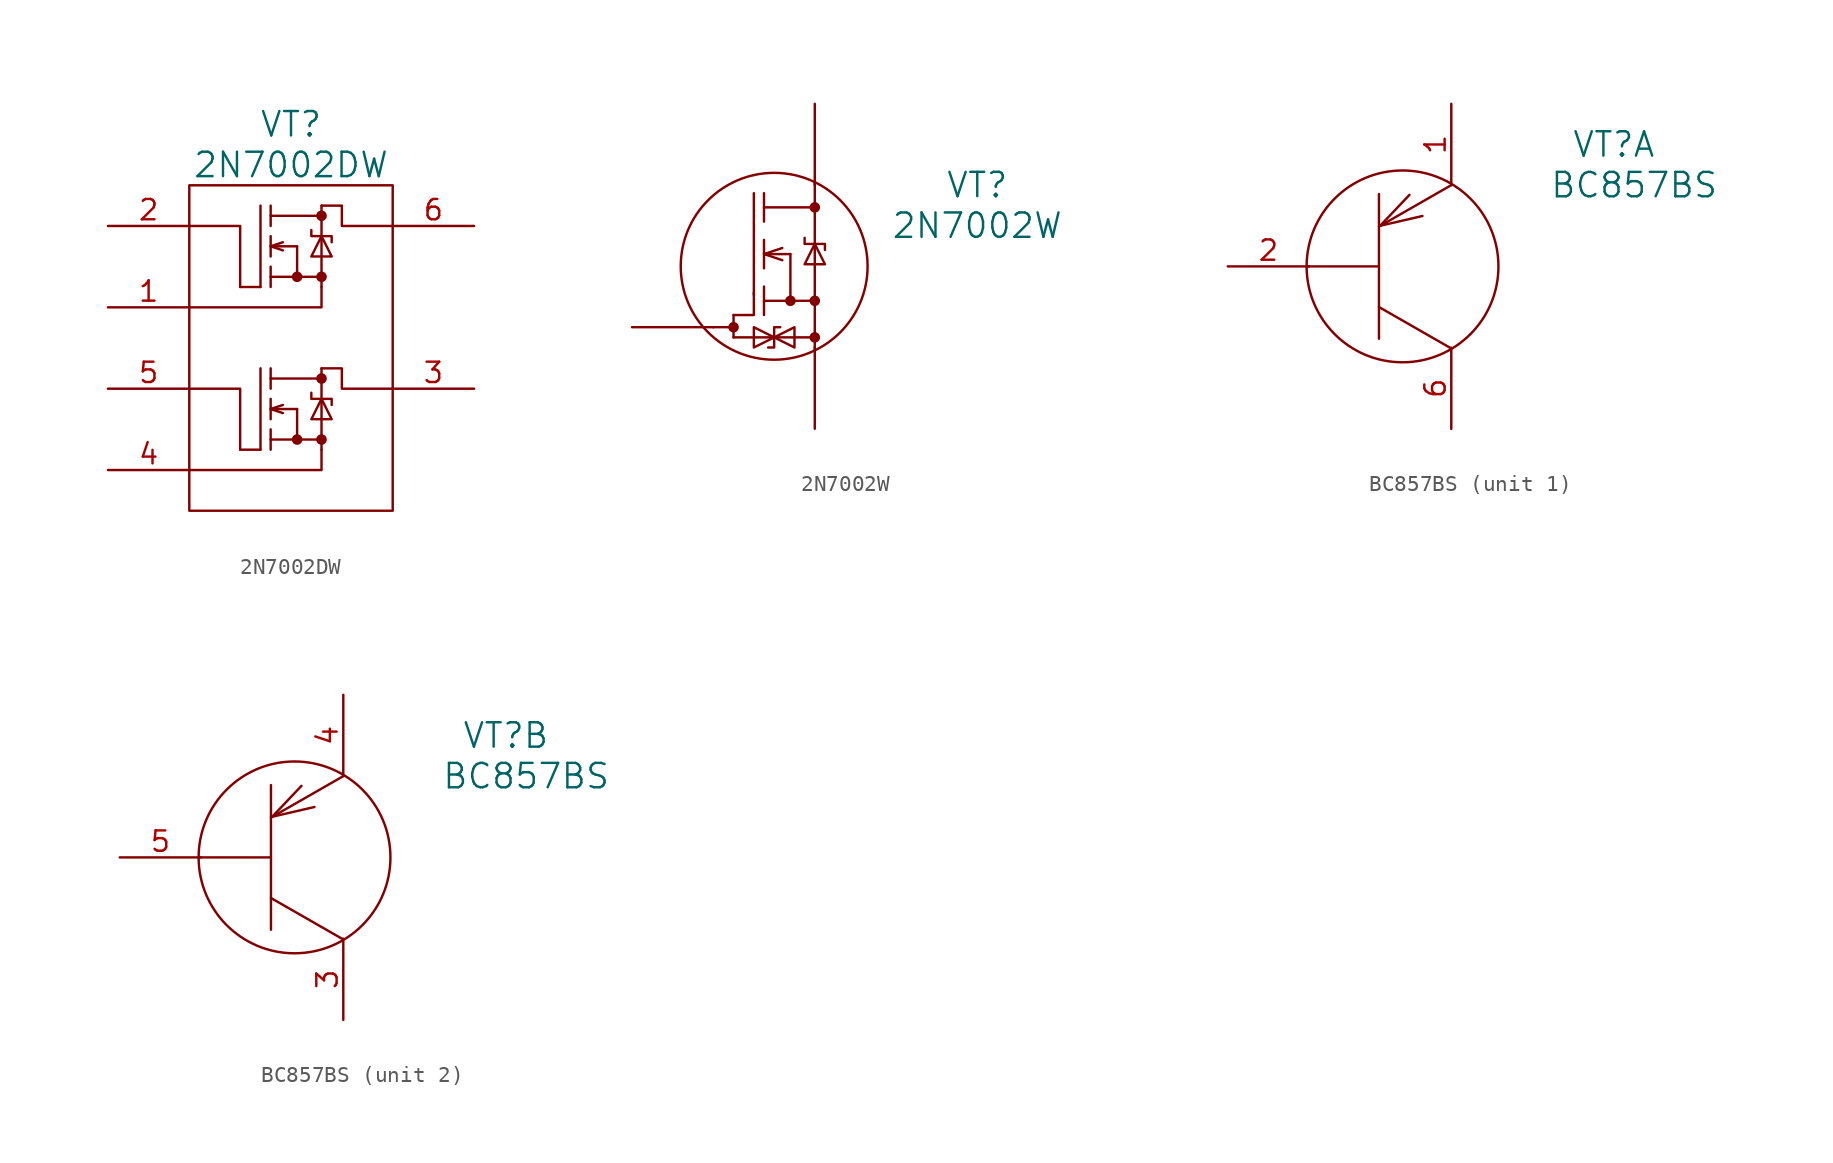
<source format=kicad_sym>
(kicad_symbol_lib
  (version 20220914)
  (generator kicad_symbol_editor)
  (symbol "2N7002DW"
    (pin_names
      (offset 1.016) hide)
    (property "Reference" "VT"
      (at 0 13.97 0)
      (effects (font (size 1.524 1.524))))
    (property "Value" "2N7002DW"
      (at 0 11.43 0)
      (effects (font (size 1.524 1.524))))
    (property "Datasheet" ""
      (at -11.43 7.62 0)
      (effects (font (size 1.524 1.524))))
    (symbol "2N7002DW_0_0"
      (rectangle (start -6.35 10.16) (end 6.35 -10.16) (stroke (width 0) (type solid)) (fill (type none)))
      (polyline (pts (xy -3.175 -6.35) (xy -1.905 -6.35)) (stroke (width 0) (type solid)) (fill (type none)))
      (polyline (pts (xy -3.175 3.81) (xy -1.905 3.81)) (stroke (width 0) (type solid)) (fill (type none)))
      (polyline (pts (xy -1.27 -1.905) (xy 1.905 -1.905)) (stroke (width 0) (type solid)) (fill (type none)))
      (polyline (pts (xy -1.27 8.255) (xy 1.905 8.255)) (stroke (width 0) (type solid)) (fill (type none)))
      (polyline (pts (xy 0.381 -3.81) (xy -1.27 -3.81)) (stroke (width 0) (type solid)) (fill (type none)))
      (polyline (pts (xy 0.381 -3.81) (xy 0.381 -5.715)) (stroke (width 0) (type solid)) (fill (type none)))
      (polyline (pts (xy 0.381 6.35) (xy -1.27 6.35)) (stroke (width 0) (type solid)) (fill (type none)))
      (polyline (pts (xy 0.381 6.35) (xy 0.381 4.445)) (stroke (width 0) (type solid)) (fill (type none)))
      (polyline (pts (xy 1.905 -1.27) (xy 1.905 -6.35)) (stroke (width 0) (type solid)) (fill (type none)))
      (polyline (pts (xy 1.905 8.89) (xy 1.905 3.81)) (stroke (width 0) (type solid)) (fill (type none)))
      (polyline (pts (xy -1.905 -6.35) (xy -1.905 -1.27) (xy -1.905 -1.27)) (stroke (width 0) (type solid)) (fill (type none)))
      (polyline (pts (xy -1.905 3.81) (xy -1.905 8.89) (xy -1.905 8.89)) (stroke (width 0) (type solid)) (fill (type none)))
      (polyline (pts (xy -1.27 -5.715) (xy 1.905 -5.715) (xy 1.905 -5.715)) (stroke (width 0) (type solid)) (fill (type none)))
      (polyline (pts (xy -1.27 -5.08) (xy -1.27 -6.35) (xy -1.27 -6.35)) (stroke (width 0) (type solid)) (fill (type none)))
      (polyline (pts (xy -1.27 -3.175) (xy -1.27 -4.445) (xy -1.27 -4.445)) (stroke (width 0) (type solid)) (fill (type none)))
      (polyline (pts (xy -1.27 -1.27) (xy -1.27 -2.54) (xy -1.27 -2.54)) (stroke (width 0) (type solid)) (fill (type none)))
      (polyline (pts (xy -1.27 4.445) (xy 1.905 4.445) (xy 1.905 4.445)) (stroke (width 0) (type solid)) (fill (type none)))
      (polyline (pts (xy -1.27 5.08) (xy -1.27 3.81) (xy -1.27 3.81)) (stroke (width 0) (type solid)) (fill (type none)))
      (polyline (pts (xy -1.27 6.985) (xy -1.27 5.715) (xy -1.27 5.715)) (stroke (width 0) (type solid)) (fill (type none)))
      (polyline (pts (xy -1.27 8.89) (xy -1.27 7.62) (xy -1.27 7.62)) (stroke (width 0) (type solid)) (fill (type none)))
      (polyline (pts (xy -0.508 -4.064) (xy -1.27 -3.81) (xy -0.508 -3.556)) (stroke (width 0) (type solid)) (fill (type none)))
      (polyline (pts (xy -0.508 6.096) (xy -1.27 6.35) (xy -0.508 6.604)) (stroke (width 0) (type solid)) (fill (type none)))
      (polyline (pts (xy 1.27 -2.794) (xy 1.27 -3.175) (xy 2.54 -3.175) (xy 2.54 -3.556)) (stroke (width 0) (type solid)) (fill (type none)))
      (polyline (pts (xy 1.27 7.366) (xy 1.27 6.985) (xy 2.54 6.985) (xy 2.54 6.604)) (stroke (width 0) (type solid)) (fill (type none)))
      (polyline (pts (xy 1.905 -3.175) (xy 1.27 -4.445) (xy 2.54 -4.445) (xy 1.905 -3.175)) (stroke (width 0) (type solid)) (fill (type none)))
      (polyline (pts (xy 1.905 -1.27) (xy 3.175 -1.27) (xy 3.175 -2.54) (xy 6.35 -2.54)) (stroke (width 0) (type solid)) (fill (type none)))
      (polyline (pts (xy 1.905 6.985) (xy 1.27 5.715) (xy 2.54 5.715) (xy 1.905 6.985)) (stroke (width 0) (type solid)) (fill (type none)))
      (polyline (pts (xy 1.905 8.89) (xy 3.175 8.89) (xy 3.175 7.62) (xy 6.35 7.62)) (stroke (width 0) (type solid)) (fill (type none)))
      (polyline (pts (xy -6.35 -2.54) (xy -3.175 -2.54) (xy -3.175 -6.35) (xy -3.175 -5.08) (xy -3.175 -6.35)) (stroke (width 0) (type solid)) (fill (type none)))
      (polyline (pts (xy -6.35 7.62) (xy -3.175 7.62) (xy -3.175 3.81) (xy -3.175 5.08) (xy -3.175 3.81)) (stroke (width 0) (type solid)) (fill (type none)))
      (pin passive line (at -11.43 2.54 0) (length 5.08) (name "S1" (effects (font (size 1.27 1.27)))) (number "1" (effects (font (size 1.27 1.27)))))
      (pin passive line (at 11.43 -2.54 180) (length 5.08) (name "D2" (effects (font (size 1.27 1.27)))) (number "3" (effects (font (size 1.27 1.27)))))
      (pin passive line (at -11.43 -7.62 0) (length 5.08) (name "S2" (effects (font (size 1.27 1.27)))) (number "4" (effects (font (size 1.27 1.27)))))
      (pin passive line (at -11.43 -2.54 0) (length 5.08) (name "G2" (effects (font (size 1.27 1.27)))) (number "5" (effects (font (size 1.27 1.27)))))
      (pin passive line (at 11.43 7.62 180) (length 5.08) (name "D1" (effects (font (size 1.27 1.27)))) (number "6" (effects (font (size 1.27 1.27))))))
    (symbol "2N7002DW_0_1"
      (polyline (pts (xy 1.905 -6.35) (xy 1.905 -7.62) (xy -6.35 -7.62)) (stroke (width 0) (type solid)) (fill (type none)))
      (polyline (pts (xy 1.905 3.81) (xy 1.905 2.54) (xy -6.35 2.54)) (stroke (width 0) (type solid)) (fill (type none)))
      (circle (center 0.381 -5.715) (radius 0.254) (stroke (width 0) (type solid)) (fill (type outline)))
      (circle (center 0.381 4.445) (radius 0.254) (stroke (width 0) (type solid)) (fill (type outline)))
      (circle (center 1.905 -5.715) (radius 0.254) (stroke (width 0) (type solid)) (fill (type outline)))
      (circle (center 1.905 -1.905) (radius 0.254) (stroke (width 0) (type solid)) (fill (type outline)))
      (circle (center 1.905 4.445) (radius 0.254) (stroke (width 0) (type solid)) (fill (type outline)))
      (circle (center 1.905 8.255) (radius 0.254) (stroke (width 0) (type solid)) (fill (type outline))))
    (symbol "2N7002DW_1_0"
      (pin passive line (at -11.43 7.62 0) (length 5.08) (name "G1" (effects (font (size 1.27 1.27)))) (number "2" (effects (font (size 1.27 1.27)))))))
  (symbol "2N7002W"
    (pin_numbers hide)
    (pin_names
      (offset 1.016) hide)
    (property "Reference" "VT"
      (at 12.7 5.08 0)
      (effects (font (size 1.524 1.524))))
    (property "Value" "2N7002W"
      (at 12.7 2.54 0)
      (effects (font (size 1.524 1.524))))
    (property "Datasheet" ""
      (at -8.89 -3.81 0)
      (effects (font (size 1.524 1.524))))
    (symbol "2N7002W_0_1"
      (polyline (pts (xy -2.54 -4.445) (xy -2.54 -3.048)) (stroke (width 0) (type solid)) (fill (type none)))
      (polyline (pts (xy -2.54 -4.445) (xy 2.54 -4.445)) (stroke (width 0) (type solid)) (fill (type none)))
      (polyline (pts (xy -2.54 -3.81) (xy -3.81 -3.81)) (stroke (width 0) (type solid)) (fill (type none)))
      (polyline (pts (xy -0.635 1.651) (xy -0.635 -0.127)) (stroke (width 0) (type solid)) (fill (type none)))
      (polyline (pts (xy -0.635 3.683) (xy 2.54 3.683)) (stroke (width 0) (type solid)) (fill (type none)))
      (polyline (pts (xy 1.016 -2.159) (xy 1.016 0.762)) (stroke (width 0) (type solid)) (fill (type none)))
      (polyline (pts (xy 1.016 0.762) (xy -0.635 0.762)) (stroke (width 0) (type solid)) (fill (type none)))
      (polyline (pts (xy 2.54 5.207) (xy 2.54 -5.207)) (stroke (width 0) (type solid)) (fill (type none)))
      (polyline (pts (xy -2.54 -3.048) (xy -1.27 -3.048) (xy -1.27 -1.651)) (stroke (width 0) (type solid)) (fill (type none)))
      (polyline (pts (xy -1.27 4.572) (xy -1.27 -1.778) (xy -1.27 -1.778)) (stroke (width 0) (type solid)) (fill (type none)))
      (polyline (pts (xy -0.635 -2.159) (xy 2.54 -2.159) (xy 2.54 -2.159)) (stroke (width 0) (type solid)) (fill (type none)))
      (polyline (pts (xy -0.635 -1.27) (xy -0.635 -2.413) (xy -0.635 -3.048)) (stroke (width 0) (type solid)) (fill (type none)))
      (polyline (pts (xy -0.635 4.572) (xy -0.635 3.175) (xy -0.635 2.794)) (stroke (width 0) (type solid)) (fill (type none)))
      (polyline (pts (xy 0.508 0.381) (xy -0.635 0.762) (xy 0.508 1.143)) (stroke (width 0) (type solid)) (fill (type none)))
      (polyline (pts (xy -0.381 -5.08) (xy 0 -5.08) (xy 0 -3.81) (xy 0.381 -3.81)) (stroke (width 0) (type solid)) (fill (type none)))
      (polyline (pts (xy 1.905 1.778) (xy 1.905 1.397) (xy 3.175 1.397) (xy 3.175 1.016)) (stroke (width 0) (type solid)) (fill (type none)))
      (polyline (pts (xy 2.54 1.397) (xy 1.905 0.127) (xy 3.175 0.127) (xy 2.54 1.397)) (stroke (width 0) (type solid)) (fill (type none)))
      (circle (center 0 0) (radius 5.842) (stroke (width 0) (type solid)) (fill (type none))))
    (symbol "2N7002W_1_1"
      (circle (center -2.54 -3.81) (radius 0.254) (stroke (width 0) (type solid)) (fill (type outline)))
      (polyline (pts (xy 0 -4.445) (xy -1.27 -3.81) (xy -1.27 -5.08) (xy 0 -4.445)) (stroke (width 0) (type solid)) (fill (type none)))
      (polyline (pts (xy 0 -4.445) (xy 1.27 -5.08) (xy 1.27 -3.81) (xy 0 -4.445)) (stroke (width 0) (type solid)) (fill (type none)))
      (circle (center 1.016 -2.159) (radius 0.254) (stroke (width 0) (type solid)) (fill (type outline)))
      (circle (center 2.54 -4.445) (radius 0.254) (stroke (width 0) (type solid)) (fill (type outline)))
      (circle (center 2.54 -2.159) (radius 0.254) (stroke (width 0) (type solid)) (fill (type outline)))
      (circle (center 2.54 3.683) (radius 0.254) (stroke (width 0) (type solid)) (fill (type outline)))
      (pin passive line (at -8.89 -3.81 0) (length 5.08) (name "G" (effects (font (size 1.27 1.27)))) (number "1" (effects (font (size 1.27 1.27)))))
      (pin passive line (at 2.54 -10.16 90) (length 5.08) (name "S" (effects (font (size 1.27 1.27)))) (number "2" (effects (font (size 1.27 1.27)))))
      (pin passive line (at 2.54 10.16 270) (length 5.08) (name "D" (effects (font (size 1.27 1.27)))) (number "3" (effects (font (size 1.27 1.27)))))))
  (symbol "BC857BS"
    (pin_names
      (offset 1.016) hide)
    (property "Reference" "VT"
      (at 12.7 7.62 0)
      (effects (font (size 1.524 1.524))))
    (property "Value" "BC857BS"
      (at 13.97 5.08 0)
      (effects (font (size 1.524 1.524))))
    (property "Datasheet" ""
      (at 6.35 -3.81 0)
      (effects (font (size 1.524 1.524))))
    (property "ki_locked" ""
      (at 0 0 0)
      (effects (font (size 1.27 1.27))))
    (symbol "BC857BS_0_1"
      (circle (center -0.508 0) (radius 5.994) (stroke (width 0) (type solid)) (fill (type none)))
      (polyline (pts (xy -1.981 4.521) (xy -1.981 -4.521)) (stroke (width 0) (type solid)) (fill (type none)))
      (polyline (pts (xy -1.905 2.54) (xy -0.076 4.47)) (stroke (width 0) (type solid)) (fill (type none)))
      (polyline (pts (xy -1.905 2.54) (xy 0.737 3.15)) (stroke (width 0) (type solid)) (fill (type none)))
      (polyline (pts (xy 2.54 -5.131) (xy -1.981 -2.54)) (stroke (width 0) (type solid)) (fill (type none)))
      (polyline (pts (xy 2.54 5.08) (xy -1.981 2.489)) (stroke (width 0) (type solid)) (fill (type none)))
      (polyline (pts (xy -1.981 0) (xy -6.502 0) (xy -4.521 0)) (stroke (width 0) (type solid)) (fill (type none))))
    (symbol "BC857BS_1_1"
      (pin passive line (at 2.54 10.16 270) (length 5.08) (name "E1" (effects (font (size 1.27 1.27)))) (number "1" (effects (font (size 1.27 1.27)))))
      (pin passive line (at -11.43 0 0) (length 5.08) (name "B1" (effects (font (size 1.27 1.27)))) (number "2" (effects (font (size 1.27 1.27)))))
      (pin passive line (at 2.54 -10.16 90) (length 5.08) (name "C1" (effects (font (size 1.27 1.27)))) (number "6" (effects (font (size 1.27 1.27))))))
    (symbol "BC857BS_2_1"
      (pin passive line (at 2.54 -10.16 90) (length 5.08) (name "C2" (effects (font (size 1.27 1.27)))) (number "3" (effects (font (size 1.27 1.27)))))
      (pin passive line (at 2.54 10.16 270) (length 5.08) (name "E2" (effects (font (size 1.27 1.27)))) (number "4" (effects (font (size 1.27 1.27)))))
      (pin passive line (at -11.43 0 0) (length 5.08) (name "B2" (effects (font (size 1.27 1.27)))) (number "5" (effects (font (size 1.27 1.27))))))))
</source>
